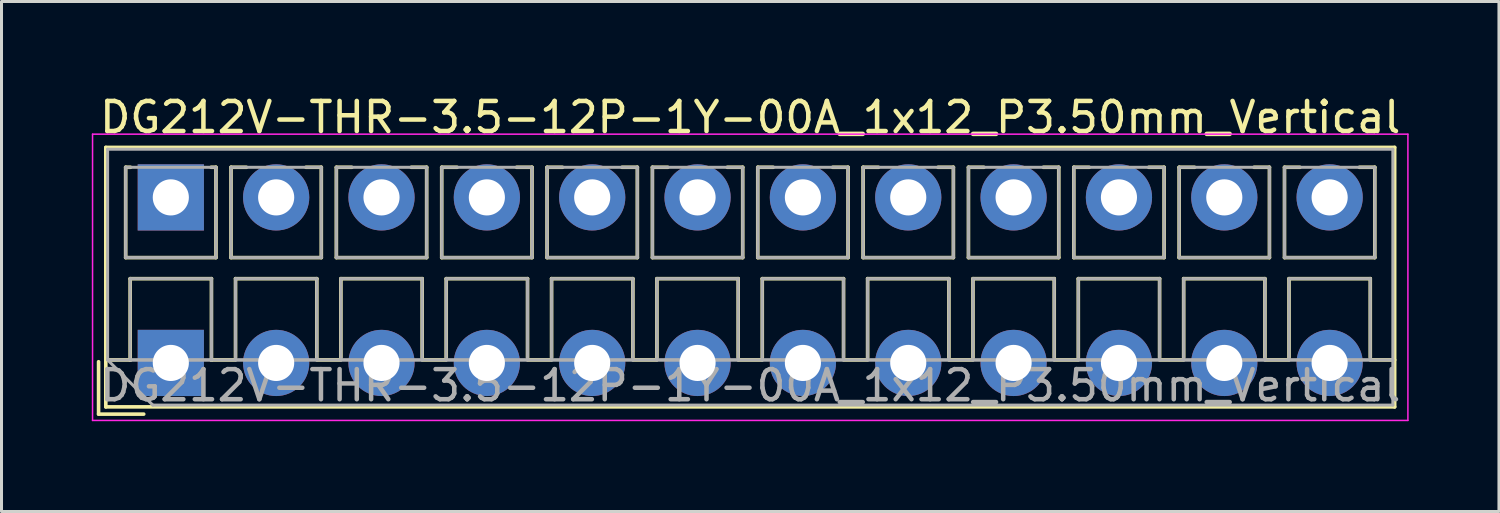
<source format=kicad_pcb>
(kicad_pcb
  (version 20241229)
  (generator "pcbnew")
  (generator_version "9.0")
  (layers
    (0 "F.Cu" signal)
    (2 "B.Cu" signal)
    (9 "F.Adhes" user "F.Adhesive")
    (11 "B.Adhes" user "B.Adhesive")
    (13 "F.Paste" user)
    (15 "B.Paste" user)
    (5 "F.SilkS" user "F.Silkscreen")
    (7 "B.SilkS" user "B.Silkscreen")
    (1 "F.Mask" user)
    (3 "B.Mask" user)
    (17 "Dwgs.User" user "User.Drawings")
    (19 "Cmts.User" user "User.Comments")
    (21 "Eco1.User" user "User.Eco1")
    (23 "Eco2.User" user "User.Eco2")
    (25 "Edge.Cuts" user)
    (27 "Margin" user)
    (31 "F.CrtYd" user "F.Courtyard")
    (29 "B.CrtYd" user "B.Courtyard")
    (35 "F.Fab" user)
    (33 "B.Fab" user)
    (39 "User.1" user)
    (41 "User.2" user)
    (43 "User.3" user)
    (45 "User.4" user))
  (footprint "DG212V-THR-3.5-12P-1Y-00A_1x12_P3.50mm_Vertical"
    (layer "F.Cu")
    (at 2.625 9.008)
    (property "Reference" "DG212V-THR-3.5-12P-1Y-00A_1x12_P3.50mm_Vertical" (at 19.25 -8.16 0) (layer "F.SilkS") (effects (font (size 1 1) (thickness 0.15))))
    (attr through_hole)
    (fp_line (start -2.4 -0.04) (end -2.4 1.7) (stroke (width 0.12) (type solid)) (layer "F.SilkS"))
    (fp_line (start -2.4 1.7) (end -0.9 1.7) (stroke (width 0.12) (type solid)) (layer "F.SilkS"))
    (fp_line (start -2.16 -7.16) (end -2.16 1.46) (stroke (width 0.12) (type solid)) (layer "F.SilkS"))
    (fp_line (start -2.16 -7.16) (end 40.66 -7.16) (stroke (width 0.12) (type solid)) (layer "F.SilkS"))
    (fp_line (start -2.16 -0.1) (end -1.34 -0.1) (stroke (width 0.12) (type solid)) (layer "F.SilkS"))
    (fp_line (start -2.16 1.46) (end 40.66 1.46) (stroke (width 0.12) (type solid)) (layer "F.SilkS"))
    (fp_line (start -1.5 -6.5) (end -1.5 -3.5) (stroke (width 0.12) (type solid)) (layer "F.SilkS"))
    (fp_line (start -1.5 -6.5) (end -1.34 -6.5) (stroke (width 0.12) (type solid)) (layer "F.SilkS"))
    (fp_line (start -1.5 -3.5) (end 1.5 -3.5) (stroke (width 0.12) (type solid)) (layer "F.SilkS"))
    (fp_line (start -1.35 -2.8) (end -1.35 -0.1) (stroke (width 0.12) (type solid)) (layer "F.SilkS"))
    (fp_line (start -1.35 -2.8) (end 1.35 -2.8) (stroke (width 0.12) (type solid)) (layer "F.SilkS"))
    (fp_line (start -1.35 -0.1) (end -1.34 -0.1) (stroke (width 0.12) (type solid)) (layer "F.SilkS"))
    (fp_line (start 1.34 -6.5) (end 1.5 -6.5) (stroke (width 0.12) (type solid)) (layer "F.SilkS"))
    (fp_line (start 1.34 -0.1) (end 1.35 -0.1) (stroke (width 0.12) (type solid)) (layer "F.SilkS"))
    (fp_line (start 1.34 -0.1) (end 2.148 -0.1) (stroke (width 0.12) (type solid)) (layer "F.SilkS"))
    (fp_line (start 1.35 -2.8) (end 1.35 -0.1) (stroke (width 0.12) (type solid)) (layer "F.SilkS"))
    (fp_line (start 1.5 -6.5) (end 1.5 -3.5) (stroke (width 0.12) (type solid)) (layer "F.SilkS"))
    (fp_line (start 2 -6.5) (end 2 -3.5) (stroke (width 0.12) (type solid)) (layer "F.SilkS"))
    (fp_line (start 2 -6.5) (end 2.512 -6.5) (stroke (width 0.12) (type solid)) (layer "F.SilkS"))
    (fp_line (start 2 -3.5) (end 5 -3.5) (stroke (width 0.12) (type solid)) (layer "F.SilkS"))
    (fp_line (start 2.15 -2.8) (end 2.15 -0.183) (stroke (width 0.12) (type solid)) (layer "F.SilkS"))
    (fp_line (start 2.15 -2.8) (end 4.85 -2.8) (stroke (width 0.12) (type solid)) (layer "F.SilkS"))
    (fp_line (start 4.489 -6.5) (end 5 -6.5) (stroke (width 0.12) (type solid)) (layer "F.SilkS"))
    (fp_line (start 4.85 -2.8) (end 4.85 -0.183) (stroke (width 0.12) (type solid)) (layer "F.SilkS"))
    (fp_line (start 4.853 -0.1) (end 5.648 -0.1) (stroke (width 0.12) (type solid)) (layer "F.SilkS"))
    (fp_line (start 5 -6.5) (end 5 -3.5) (stroke (width 0.12) (type solid)) (layer "F.SilkS"))
    (fp_line (start 5.5 -6.5) (end 5.5 -3.5) (stroke (width 0.12) (type solid)) (layer "F.SilkS"))
    (fp_line (start 5.5 -6.5) (end 6.012 -6.5) (stroke (width 0.12) (type solid)) (layer "F.SilkS"))
    (fp_line (start 5.5 -3.5) (end 8.5 -3.5) (stroke (width 0.12) (type solid)) (layer "F.SilkS"))
    (fp_line (start 5.65 -2.8) (end 5.65 -0.183) (stroke (width 0.12) (type solid)) (layer "F.SilkS"))
    (fp_line (start 5.65 -2.8) (end 8.351 -2.8) (stroke (width 0.12) (type solid)) (layer "F.SilkS"))
    (fp_line (start 7.989 -6.5) (end 8.5 -6.5) (stroke (width 0.12) (type solid)) (layer "F.SilkS"))
    (fp_line (start 8.351 -2.8) (end 8.351 -0.183) (stroke (width 0.12) (type solid)) (layer "F.SilkS"))
    (fp_line (start 8.353 -0.1) (end 9.148 -0.1) (stroke (width 0.12) (type solid)) (layer "F.SilkS"))
    (fp_line (start 8.5 -6.5) (end 8.5 -3.5) (stroke (width 0.12) (type solid)) (layer "F.SilkS"))
    (fp_line (start 9 -6.5) (end 9 -3.5) (stroke (width 0.12) (type solid)) (layer "F.SilkS"))
    (fp_line (start 9 -6.5) (end 9.512 -6.5) (stroke (width 0.12) (type solid)) (layer "F.SilkS"))
    (fp_line (start 9 -3.5) (end 12 -3.5) (stroke (width 0.12) (type solid)) (layer "F.SilkS"))
    (fp_line (start 9.15 -2.8) (end 9.15 -0.183) (stroke (width 0.12) (type solid)) (layer "F.SilkS"))
    (fp_line (start 9.15 -2.8) (end 11.851 -2.8) (stroke (width 0.12) (type solid)) (layer "F.SilkS"))
    (fp_line (start 11.489 -6.5) (end 12 -6.5) (stroke (width 0.12) (type solid)) (layer "F.SilkS"))
    (fp_line (start 11.851 -2.8) (end 11.851 -0.183) (stroke (width 0.12) (type solid)) (layer "F.SilkS"))
    (fp_line (start 11.853 -0.1) (end 12.648 -0.1) (stroke (width 0.12) (type solid)) (layer "F.SilkS"))
    (fp_line (start 12 -6.5) (end 12 -3.5) (stroke (width 0.12) (type solid)) (layer "F.SilkS"))
    (fp_line (start 12.5 -6.5) (end 12.5 -3.5) (stroke (width 0.12) (type solid)) (layer "F.SilkS"))
    (fp_line (start 12.5 -6.5) (end 13.012 -6.5) (stroke (width 0.12) (type solid)) (layer "F.SilkS"))
    (fp_line (start 12.5 -3.5) (end 15.5 -3.5) (stroke (width 0.12) (type solid)) (layer "F.SilkS"))
    (fp_line (start 12.65 -2.8) (end 12.65 -0.183) (stroke (width 0.12) (type solid)) (layer "F.SilkS"))
    (fp_line (start 12.65 -2.8) (end 15.351 -2.8) (stroke (width 0.12) (type solid)) (layer "F.SilkS"))
    (fp_line (start 14.989 -6.5) (end 15.5 -6.5) (stroke (width 0.12) (type solid)) (layer "F.SilkS"))
    (fp_line (start 15.351 -2.8) (end 15.351 -0.183) (stroke (width 0.12) (type solid)) (layer "F.SilkS"))
    (fp_line (start 15.353 -0.1) (end 16.148 -0.1) (stroke (width 0.12) (type solid)) (layer "F.SilkS"))
    (fp_line (start 15.5 -6.5) (end 15.5 -3.5) (stroke (width 0.12) (type solid)) (layer "F.SilkS"))
    (fp_line (start 16 -6.5) (end 16 -3.5) (stroke (width 0.12) (type solid)) (layer "F.SilkS"))
    (fp_line (start 16 -6.5) (end 16.512 -6.5) (stroke (width 0.12) (type solid)) (layer "F.SilkS"))
    (fp_line (start 16 -3.5) (end 19 -3.5) (stroke (width 0.12) (type solid)) (layer "F.SilkS"))
    (fp_line (start 16.15 -2.8) (end 16.15 -0.183) (stroke (width 0.12) (type solid)) (layer "F.SilkS"))
    (fp_line (start 16.15 -2.8) (end 18.85 -2.8) (stroke (width 0.12) (type solid)) (layer "F.SilkS"))
    (fp_line (start 18.489 -6.5) (end 19 -6.5) (stroke (width 0.12) (type solid)) (layer "F.SilkS"))
    (fp_line (start 18.85 -2.8) (end 18.85 -0.183) (stroke (width 0.12) (type solid)) (layer "F.SilkS"))
    (fp_line (start 18.853 -0.1) (end 19.648 -0.1) (stroke (width 0.12) (type solid)) (layer "F.SilkS"))
    (fp_line (start 19 -6.5) (end 19 -3.5) (stroke (width 0.12) (type solid)) (layer "F.SilkS"))
    (fp_line (start 19.5 -6.5) (end 19.5 -3.5) (stroke (width 0.12) (type solid)) (layer "F.SilkS"))
    (fp_line (start 19.5 -6.5) (end 20.012 -6.5) (stroke (width 0.12) (type solid)) (layer "F.SilkS"))
    (fp_line (start 19.5 -3.5) (end 22.5 -3.5) (stroke (width 0.12) (type solid)) (layer "F.SilkS"))
    (fp_line (start 19.65 -2.8) (end 19.65 -0.183) (stroke (width 0.12) (type solid)) (layer "F.SilkS"))
    (fp_line (start 19.65 -2.8) (end 22.35 -2.8) (stroke (width 0.12) (type solid)) (layer "F.SilkS"))
    (fp_line (start 21.989 -6.5) (end 22.5 -6.5) (stroke (width 0.12) (type solid)) (layer "F.SilkS"))
    (fp_line (start 22.35 -2.8) (end 22.35 -0.183) (stroke (width 0.12) (type solid)) (layer "F.SilkS"))
    (fp_line (start 22.353 -0.1) (end 23.148 -0.1) (stroke (width 0.12) (type solid)) (layer "F.SilkS"))
    (fp_line (start 22.5 -6.5) (end 22.5 -3.5) (stroke (width 0.12) (type solid)) (layer "F.SilkS"))
    (fp_line (start 23 -6.5) (end 23 -3.5) (stroke (width 0.12) (type solid)) (layer "F.SilkS"))
    (fp_line (start 23 -6.5) (end 23.512 -6.5) (stroke (width 0.12) (type solid)) (layer "F.SilkS"))
    (fp_line (start 23 -3.5) (end 26 -3.5) (stroke (width 0.12) (type solid)) (layer "F.SilkS"))
    (fp_line (start 23.15 -2.8) (end 23.15 -0.183) (stroke (width 0.12) (type solid)) (layer "F.SilkS"))
    (fp_line (start 23.15 -2.8) (end 25.85 -2.8) (stroke (width 0.12) (type solid)) (layer "F.SilkS"))
    (fp_line (start 25.489 -6.5) (end 26 -6.5) (stroke (width 0.12) (type solid)) (layer "F.SilkS"))
    (fp_line (start 25.85 -2.8) (end 25.85 -0.183) (stroke (width 0.12) (type solid)) (layer "F.SilkS"))
    (fp_line (start 25.853 -0.1) (end 26.648 -0.1) (stroke (width 0.12) (type solid)) (layer "F.SilkS"))
    (fp_line (start 26 -6.5) (end 26 -3.5) (stroke (width 0.12) (type solid)) (layer "F.SilkS"))
    (fp_line (start 26.5 -6.5) (end 26.5 -3.5) (stroke (width 0.12) (type solid)) (layer "F.SilkS"))
    (fp_line (start 26.5 -6.5) (end 27.012 -6.5) (stroke (width 0.12) (type solid)) (layer "F.SilkS"))
    (fp_line (start 26.5 -3.5) (end 29.5 -3.5) (stroke (width 0.12) (type solid)) (layer "F.SilkS"))
    (fp_line (start 26.65 -2.8) (end 26.65 -0.183) (stroke (width 0.12) (type solid)) (layer "F.SilkS"))
    (fp_line (start 26.65 -2.8) (end 29.35 -2.8) (stroke (width 0.12) (type solid)) (layer "F.SilkS"))
    (fp_line (start 28.989 -6.5) (end 29.5 -6.5) (stroke (width 0.12) (type solid)) (layer "F.SilkS"))
    (fp_line (start 29.35 -2.8) (end 29.35 -0.183) (stroke (width 0.12) (type solid)) (layer "F.SilkS"))
    (fp_line (start 29.353 -0.1) (end 30.148 -0.1) (stroke (width 0.12) (type solid)) (layer "F.SilkS"))
    (fp_line (start 29.5 -6.5) (end 29.5 -3.5) (stroke (width 0.12) (type solid)) (layer "F.SilkS"))
    (fp_line (start 30 -6.5) (end 30 -3.5) (stroke (width 0.12) (type solid)) (layer "F.SilkS"))
    (fp_line (start 30 -6.5) (end 30.512 -6.5) (stroke (width 0.12) (type solid)) (layer "F.SilkS"))
    (fp_line (start 30 -3.5) (end 33 -3.5) (stroke (width 0.12) (type solid)) (layer "F.SilkS"))
    (fp_line (start 30.15 -2.8) (end 30.15 -0.183) (stroke (width 0.12) (type solid)) (layer "F.SilkS"))
    (fp_line (start 30.15 -2.8) (end 32.85 -2.8) (stroke (width 0.12) (type solid)) (layer "F.SilkS"))
    (fp_line (start 32.489 -6.5) (end 33 -6.5) (stroke (width 0.12) (type solid)) (layer "F.SilkS"))
    (fp_line (start 32.85 -2.8) (end 32.85 -0.183) (stroke (width 0.12) (type solid)) (layer "F.SilkS"))
    (fp_line (start 32.853 -0.1) (end 33.648 -0.1) (stroke (width 0.12) (type solid)) (layer "F.SilkS"))
    (fp_line (start 33 -6.5) (end 33 -3.5) (stroke (width 0.12) (type solid)) (layer "F.SilkS"))
    (fp_line (start 33.5 -6.5) (end 33.5 -3.5) (stroke (width 0.12) (type solid)) (layer "F.SilkS"))
    (fp_line (start 33.5 -6.5) (end 34.012 -6.5) (stroke (width 0.12) (type solid)) (layer "F.SilkS"))
    (fp_line (start 33.5 -3.5) (end 36.5 -3.5) (stroke (width 0.12) (type solid)) (layer "F.SilkS"))
    (fp_line (start 33.65 -2.8) (end 33.65 -0.183) (stroke (width 0.12) (type solid)) (layer "F.SilkS"))
    (fp_line (start 33.65 -2.8) (end 36.35 -2.8) (stroke (width 0.12) (type solid)) (layer "F.SilkS"))
    (fp_line (start 35.989 -6.5) (end 36.5 -6.5) (stroke (width 0.12) (type solid)) (layer "F.SilkS"))
    (fp_line (start 36.35 -2.8) (end 36.35 -0.183) (stroke (width 0.12) (type solid)) (layer "F.SilkS"))
    (fp_line (start 36.353 -0.1) (end 37.148 -0.1) (stroke (width 0.12) (type solid)) (layer "F.SilkS"))
    (fp_line (start 36.5 -6.5) (end 36.5 -3.5) (stroke (width 0.12) (type solid)) (layer "F.SilkS"))
    (fp_line (start 37 -6.5) (end 37 -3.5) (stroke (width 0.12) (type solid)) (layer "F.SilkS"))
    (fp_line (start 37 -6.5) (end 37.512 -6.5) (stroke (width 0.12) (type solid)) (layer "F.SilkS"))
    (fp_line (start 37 -3.5) (end 40 -3.5) (stroke (width 0.12) (type solid)) (layer "F.SilkS"))
    (fp_line (start 37.15 -2.8) (end 37.15 -0.183) (stroke (width 0.12) (type solid)) (layer "F.SilkS"))
    (fp_line (start 37.15 -2.8) (end 39.85 -2.8) (stroke (width 0.12) (type solid)) (layer "F.SilkS"))
    (fp_line (start 39.489 -6.5) (end 40 -6.5) (stroke (width 0.12) (type solid)) (layer "F.SilkS"))
    (fp_line (start 39.85 -2.8) (end 39.85 -0.183) (stroke (width 0.12) (type solid)) (layer "F.SilkS"))
    (fp_line (start 39.853 -0.1) (end 40.66 -0.1) (stroke (width 0.12) (type solid)) (layer "F.SilkS"))
    (fp_line (start 40 -6.5) (end 40 -3.5) (stroke (width 0.12) (type solid)) (layer "F.SilkS"))
    (fp_line (start 40.66 -7.16) (end 40.66 1.46) (stroke (width 0.12) (type solid)) (layer "F.SilkS"))
    (fp_line (start -2.6 -7.6) (end -2.6 1.91) (stroke (width 0.05) (type solid)) (layer "F.CrtYd"))
    (fp_line (start -2.6 1.91) (end 41.1 1.91) (stroke (width 0.05) (type solid)) (layer "F.CrtYd"))
    (fp_line (start 41.1 -7.6) (end -2.6 -7.6) (stroke (width 0.05) (type solid)) (layer "F.CrtYd"))
    (fp_line (start 41.1 1.91) (end 41.1 -7.6) (stroke (width 0.05) (type solid)) (layer "F.CrtYd"))
    (fp_line (start -2.1 -7.1) (end 40.6 -7.1) (stroke (width 0.1) (type solid)) (layer "F.Fab"))
    (fp_line (start -2.1 -0.1) (end -2.1 -7.1) (stroke (width 0.1) (type solid)) (layer "F.Fab"))
    (fp_line (start -2.1 -0.1) (end 40.6 -0.1) (stroke (width 0.1) (type solid)) (layer "F.Fab"))
    (fp_line (start -1.5 -6.5) (end -1.5 -3.5) (stroke (width 0.1) (type solid)) (layer "F.Fab"))
    (fp_line (start -1.5 -3.5) (end 1.5 -3.5) (stroke (width 0.1) (type solid)) (layer "F.Fab"))
    (fp_line (start -1.35 -2.8) (end -1.35 -0.1) (stroke (width 0.1) (type solid)) (layer "F.Fab"))
    (fp_line (start -1.35 -0.1) (end 1.35 -0.1) (stroke (width 0.1) (type solid)) (layer "F.Fab"))
    (fp_line (start -0.6 1.4) (end -2.1 -0.1) (stroke (width 0.1) (type solid)) (layer "F.Fab"))
    (fp_line (start 1.35 -2.8) (end -1.35 -2.8) (stroke (width 0.1) (type solid)) (layer "F.Fab"))
    (fp_line (start 1.35 -0.1) (end 1.35 -2.8) (stroke (width 0.1) (type solid)) (layer "F.Fab"))
    (fp_line (start 1.5 -6.5) (end -1.5 -6.5) (stroke (width 0.1) (type solid)) (layer "F.Fab"))
    (fp_line (start 1.5 -3.5) (end 1.5 -6.5) (stroke (width 0.1) (type solid)) (layer "F.Fab"))
    (fp_line (start 2 -6.5) (end 2 -3.5) (stroke (width 0.1) (type solid)) (layer "F.Fab"))
    (fp_line (start 2 -3.5) (end 5 -3.5) (stroke (width 0.1) (type solid)) (layer "F.Fab"))
    (fp_line (start 2.15 -2.8) (end 2.15 -0.1) (stroke (width 0.1) (type solid)) (layer "F.Fab"))
    (fp_line (start 2.15 -0.1) (end 4.85 -0.1) (stroke (width 0.1) (type solid)) (layer "F.Fab"))
    (fp_line (start 4.85 -2.8) (end 2.15 -2.8) (stroke (width 0.1) (type solid)) (layer "F.Fab"))
    (fp_line (start 4.85 -0.1) (end 4.85 -2.8) (stroke (width 0.1) (type solid)) (layer "F.Fab"))
    (fp_line (start 5 -6.5) (end 2 -6.5) (stroke (width 0.1) (type solid)) (layer "F.Fab"))
    (fp_line (start 5 -3.5) (end 5 -6.5) (stroke (width 0.1) (type solid)) (layer "F.Fab"))
    (fp_line (start 5.5 -6.5) (end 5.5 -3.5) (stroke (width 0.1) (type solid)) (layer "F.Fab"))
    (fp_line (start 5.5 -3.5) (end 8.5 -3.5) (stroke (width 0.1) (type solid)) (layer "F.Fab"))
    (fp_line (start 5.65 -2.8) (end 5.65 -0.1) (stroke (width 0.1) (type solid)) (layer "F.Fab"))
    (fp_line (start 5.65 -0.1) (end 8.351 -0.1) (stroke (width 0.1) (type solid)) (layer "F.Fab"))
    (fp_line (start 8.351 -2.8) (end 5.65 -2.8) (stroke (width 0.1) (type solid)) (layer "F.Fab"))
    (fp_line (start 8.351 -0.1) (end 8.351 -2.8) (stroke (width 0.1) (type solid)) (layer "F.Fab"))
    (fp_line (start 8.5 -6.5) (end 5.5 -6.5) (stroke (width 0.1) (type solid)) (layer "F.Fab"))
    (fp_line (start 8.5 -3.5) (end 8.5 -6.5) (stroke (width 0.1) (type solid)) (layer "F.Fab"))
    (fp_line (start 9 -6.5) (end 9 -3.5) (stroke (width 0.1) (type solid)) (layer "F.Fab"))
    (fp_line (start 9 -3.5) (end 12 -3.5) (stroke (width 0.1) (type solid)) (layer "F.Fab"))
    (fp_line (start 9.15 -2.8) (end 9.15 -0.1) (stroke (width 0.1) (type solid)) (layer "F.Fab"))
    (fp_line (start 9.15 -0.1) (end 11.851 -0.1) (stroke (width 0.1) (type solid)) (layer "F.Fab"))
    (fp_line (start 11.851 -2.8) (end 9.15 -2.8) (stroke (width 0.1) (type solid)) (layer "F.Fab"))
    (fp_line (start 11.851 -0.1) (end 11.851 -2.8) (stroke (width 0.1) (type solid)) (layer "F.Fab"))
    (fp_line (start 12 -6.5) (end 9 -6.5) (stroke (width 0.1) (type solid)) (layer "F.Fab"))
    (fp_line (start 12 -3.5) (end 12 -6.5) (stroke (width 0.1) (type solid)) (layer "F.Fab"))
    (fp_line (start 12.5 -6.5) (end 12.5 -3.5) (stroke (width 0.1) (type solid)) (layer "F.Fab"))
    (fp_line (start 12.5 -3.5) (end 15.5 -3.5) (stroke (width 0.1) (type solid)) (layer "F.Fab"))
    (fp_line (start 12.65 -2.8) (end 12.65 -0.1) (stroke (width 0.1) (type solid)) (layer "F.Fab"))
    (fp_line (start 12.65 -0.1) (end 15.351 -0.1) (stroke (width 0.1) (type solid)) (layer "F.Fab"))
    (fp_line (start 15.351 -2.8) (end 12.65 -2.8) (stroke (width 0.1) (type solid)) (layer "F.Fab"))
    (fp_line (start 15.351 -0.1) (end 15.351 -2.8) (stroke (width 0.1) (type solid)) (layer "F.Fab"))
    (fp_line (start 15.5 -6.5) (end 12.5 -6.5) (stroke (width 0.1) (type solid)) (layer "F.Fab"))
    (fp_line (start 15.5 -3.5) (end 15.5 -6.5) (stroke (width 0.1) (type solid)) (layer "F.Fab"))
    (fp_line (start 16 -6.5) (end 16 -3.5) (stroke (width 0.1) (type solid)) (layer "F.Fab"))
    (fp_line (start 16 -3.5) (end 19 -3.5) (stroke (width 0.1) (type solid)) (layer "F.Fab"))
    (fp_line (start 16.15 -2.8) (end 16.15 -0.1) (stroke (width 0.1) (type solid)) (layer "F.Fab"))
    (fp_line (start 16.15 -0.1) (end 18.85 -0.1) (stroke (width 0.1) (type solid)) (layer "F.Fab"))
    (fp_line (start 18.85 -2.8) (end 16.15 -2.8) (stroke (width 0.1) (type solid)) (layer "F.Fab"))
    (fp_line (start 18.85 -0.1) (end 18.85 -2.8) (stroke (width 0.1) (type solid)) (layer "F.Fab"))
    (fp_line (start 19 -6.5) (end 16 -6.5) (stroke (width 0.1) (type solid)) (layer "F.Fab"))
    (fp_line (start 19 -3.5) (end 19 -6.5) (stroke (width 0.1) (type solid)) (layer "F.Fab"))
    (fp_line (start 19.5 -6.5) (end 19.5 -3.5) (stroke (width 0.1) (type solid)) (layer "F.Fab"))
    (fp_line (start 19.5 -3.5) (end 22.5 -3.5) (stroke (width 0.1) (type solid)) (layer "F.Fab"))
    (fp_line (start 19.65 -2.8) (end 19.65 -0.1) (stroke (width 0.1) (type solid)) (layer "F.Fab"))
    (fp_line (start 19.65 -0.1) (end 22.35 -0.1) (stroke (width 0.1) (type solid)) (layer "F.Fab"))
    (fp_line (start 22.35 -2.8) (end 19.65 -2.8) (stroke (width 0.1) (type solid)) (layer "F.Fab"))
    (fp_line (start 22.35 -0.1) (end 22.35 -2.8) (stroke (width 0.1) (type solid)) (layer "F.Fab"))
    (fp_line (start 22.5 -6.5) (end 19.5 -6.5) (stroke (width 0.1) (type solid)) (layer "F.Fab"))
    (fp_line (start 22.5 -3.5) (end 22.5 -6.5) (stroke (width 0.1) (type solid)) (layer "F.Fab"))
    (fp_line (start 23 -6.5) (end 23 -3.5) (stroke (width 0.1) (type solid)) (layer "F.Fab"))
    (fp_line (start 23 -3.5) (end 26 -3.5) (stroke (width 0.1) (type solid)) (layer "F.Fab"))
    (fp_line (start 23.15 -2.8) (end 23.15 -0.1) (stroke (width 0.1) (type solid)) (layer "F.Fab"))
    (fp_line (start 23.15 -0.1) (end 25.85 -0.1) (stroke (width 0.1) (type solid)) (layer "F.Fab"))
    (fp_line (start 25.85 -2.8) (end 23.15 -2.8) (stroke (width 0.1) (type solid)) (layer "F.Fab"))
    (fp_line (start 25.85 -0.1) (end 25.85 -2.8) (stroke (width 0.1) (type solid)) (layer "F.Fab"))
    (fp_line (start 26 -6.5) (end 23 -6.5) (stroke (width 0.1) (type solid)) (layer "F.Fab"))
    (fp_line (start 26 -3.5) (end 26 -6.5) (stroke (width 0.1) (type solid)) (layer "F.Fab"))
    (fp_line (start 26.5 -6.5) (end 26.5 -3.5) (stroke (width 0.1) (type solid)) (layer "F.Fab"))
    (fp_line (start 26.5 -3.5) (end 29.5 -3.5) (stroke (width 0.1) (type solid)) (layer "F.Fab"))
    (fp_line (start 26.65 -2.8) (end 26.65 -0.1) (stroke (width 0.1) (type solid)) (layer "F.Fab"))
    (fp_line (start 26.65 -0.1) (end 29.35 -0.1) (stroke (width 0.1) (type solid)) (layer "F.Fab"))
    (fp_line (start 29.35 -2.8) (end 26.65 -2.8) (stroke (width 0.1) (type solid)) (layer "F.Fab"))
    (fp_line (start 29.35 -0.1) (end 29.35 -2.8) (stroke (width 0.1) (type solid)) (layer "F.Fab"))
    (fp_line (start 29.5 -6.5) (end 26.5 -6.5) (stroke (width 0.1) (type solid)) (layer "F.Fab"))
    (fp_line (start 29.5 -3.5) (end 29.5 -6.5) (stroke (width 0.1) (type solid)) (layer "F.Fab"))
    (fp_line (start 30 -6.5) (end 30 -3.5) (stroke (width 0.1) (type solid)) (layer "F.Fab"))
    (fp_line (start 30 -3.5) (end 33 -3.5) (stroke (width 0.1) (type solid)) (layer "F.Fab"))
    (fp_line (start 30.15 -2.8) (end 30.15 -0.1) (stroke (width 0.1) (type solid)) (layer "F.Fab"))
    (fp_line (start 30.15 -0.1) (end 32.85 -0.1) (stroke (width 0.1) (type solid)) (layer "F.Fab"))
    (fp_line (start 32.85 -2.8) (end 30.15 -2.8) (stroke (width 0.1) (type solid)) (layer "F.Fab"))
    (fp_line (start 32.85 -0.1) (end 32.85 -2.8) (stroke (width 0.1) (type solid)) (layer "F.Fab"))
    (fp_line (start 33 -6.5) (end 30 -6.5) (stroke (width 0.1) (type solid)) (layer "F.Fab"))
    (fp_line (start 33 -3.5) (end 33 -6.5) (stroke (width 0.1) (type solid)) (layer "F.Fab"))
    (fp_line (start 33.5 -6.5) (end 33.5 -3.5) (stroke (width 0.1) (type solid)) (layer "F.Fab"))
    (fp_line (start 33.5 -3.5) (end 36.5 -3.5) (stroke (width 0.1) (type solid)) (layer "F.Fab"))
    (fp_line (start 33.65 -2.8) (end 33.65 -0.1) (stroke (width 0.1) (type solid)) (layer "F.Fab"))
    (fp_line (start 33.65 -0.1) (end 36.35 -0.1) (stroke (width 0.1) (type solid)) (layer "F.Fab"))
    (fp_line (start 36.35 -2.8) (end 33.65 -2.8) (stroke (width 0.1) (type solid)) (layer "F.Fab"))
    (fp_line (start 36.35 -0.1) (end 36.35 -2.8) (stroke (width 0.1) (type solid)) (layer "F.Fab"))
    (fp_line (start 36.5 -6.5) (end 33.5 -6.5) (stroke (width 0.1) (type solid)) (layer "F.Fab"))
    (fp_line (start 36.5 -3.5) (end 36.5 -6.5) (stroke (width 0.1) (type solid)) (layer "F.Fab"))
    (fp_line (start 37 -6.5) (end 37 -3.5) (stroke (width 0.1) (type solid)) (layer "F.Fab"))
    (fp_line (start 37 -3.5) (end 40 -3.5) (stroke (width 0.1) (type solid)) (layer "F.Fab"))
    (fp_line (start 37.15 -2.8) (end 37.15 -0.1) (stroke (width 0.1) (type solid)) (layer "F.Fab"))
    (fp_line (start 37.15 -0.1) (end 39.85 -0.1) (stroke (width 0.1) (type solid)) (layer "F.Fab"))
    (fp_line (start 39.85 -2.8) (end 37.15 -2.8) (stroke (width 0.1) (type solid)) (layer "F.Fab"))
    (fp_line (start 39.85 -0.1) (end 39.85 -2.8) (stroke (width 0.1) (type solid)) (layer "F.Fab"))
    (fp_line (start 40 -6.5) (end 37 -6.5) (stroke (width 0.1) (type solid)) (layer "F.Fab"))
    (fp_line (start 40 -3.5) (end 40 -6.5) (stroke (width 0.1) (type solid)) (layer "F.Fab"))
    (fp_line (start 40.6 -7.1) (end 40.6 1.4) (stroke (width 0.1) (type solid)) (layer "F.Fab"))
    (fp_line (start 40.6 1.4) (end -0.6 1.4) (stroke (width 0.1) (type solid)) (layer "F.Fab"))
    (fp_text user "${REFERENCE}" (at 19.25 0.75 0) (layer "F.Fab") (effects (font (size 1 1) (thickness 0.15))))
    (pad "1" thru_hole rect (at 0 -5.5) (size 2.2 2.2) (drill 1.2) (layers "*.Cu" "*.Mask"))
    (pad "1" thru_hole rect (at 0 0) (size 2.2 2.2) (drill 1.2) (layers "*.Cu" "*.Mask"))
    (pad "2" thru_hole circle (at 3.5 -5.5) (size 2.2 2.2) (drill 1.2) (layers "*.Cu" "*.Mask"))
    (pad "2" thru_hole circle (at 3.5 0) (size 2.2 2.2) (drill 1.2) (layers "*.Cu" "*.Mask"))
    (pad "3" thru_hole circle (at 7 -5.5) (size 2.2 2.2) (drill 1.2) (layers "*.Cu" "*.Mask"))
    (pad "3" thru_hole circle (at 7 0) (size 2.2 2.2) (drill 1.2) (layers "*.Cu" "*.Mask"))
    (pad "4" thru_hole circle (at 10.5 -5.5) (size 2.2 2.2) (drill 1.2) (layers "*.Cu" "*.Mask"))
    (pad "4" thru_hole circle (at 10.5 0) (size 2.2 2.2) (drill 1.2) (layers "*.Cu" "*.Mask"))
    (pad "5" thru_hole circle (at 14 -5.5) (size 2.2 2.2) (drill 1.2) (layers "*.Cu" "*.Mask"))
    (pad "5" thru_hole circle (at 14 0) (size 2.2 2.2) (drill 1.2) (layers "*.Cu" "*.Mask"))
    (pad "6" thru_hole circle (at 17.5 -5.5) (size 2.2 2.2) (drill 1.2) (layers "*.Cu" "*.Mask"))
    (pad "6" thru_hole circle (at 17.5 0) (size 2.2 2.2) (drill 1.2) (layers "*.Cu" "*.Mask"))
    (pad "7" thru_hole circle (at 21 -5.5) (size 2.2 2.2) (drill 1.2) (layers "*.Cu" "*.Mask"))
    (pad "7" thru_hole circle (at 21 0) (size 2.2 2.2) (drill 1.2) (layers "*.Cu" "*.Mask"))
    (pad "8" thru_hole circle (at 24.5 -5.5) (size 2.2 2.2) (drill 1.2) (layers "*.Cu" "*.Mask"))
    (pad "8" thru_hole circle (at 24.5 0) (size 2.2 2.2) (drill 1.2) (layers "*.Cu" "*.Mask"))
    (pad "9" thru_hole circle (at 28 -5.5) (size 2.2 2.2) (drill 1.2) (layers "*.Cu" "*.Mask"))
    (pad "9" thru_hole circle (at 28 0) (size 2.2 2.2) (drill 1.2) (layers "*.Cu" "*.Mask"))
    (pad "10" thru_hole circle (at 31.5 -5.5) (size 2.2 2.2) (drill 1.2) (layers "*.Cu" "*.Mask"))
    (pad "10" thru_hole circle (at 31.5 0) (size 2.2 2.2) (drill 1.2) (layers "*.Cu" "*.Mask"))
    (pad "11" thru_hole circle (at 35 -5.5) (size 2.2 2.2) (drill 1.2) (layers "*.Cu" "*.Mask"))
    (pad "11" thru_hole circle (at 35 0) (size 2.2 2.2) (drill 1.2) (layers "*.Cu" "*.Mask"))
    (pad "12" thru_hole circle (at 38.5 -5.5) (size 2.2 2.2) (drill 1.2) (layers "*.Cu" "*.Mask"))
    (pad "12" thru_hole circle (at 38.5 0) (size 2.2 2.2) (drill 1.2) (layers "*.Cu" "*.Mask")))
  (gr_rect
    (start -3 -3)
    (end 46.75 13.943)
    (stroke (width 0.1) (type default))
    (fill no)
    (layer "Edge.Cuts")))
</source>
